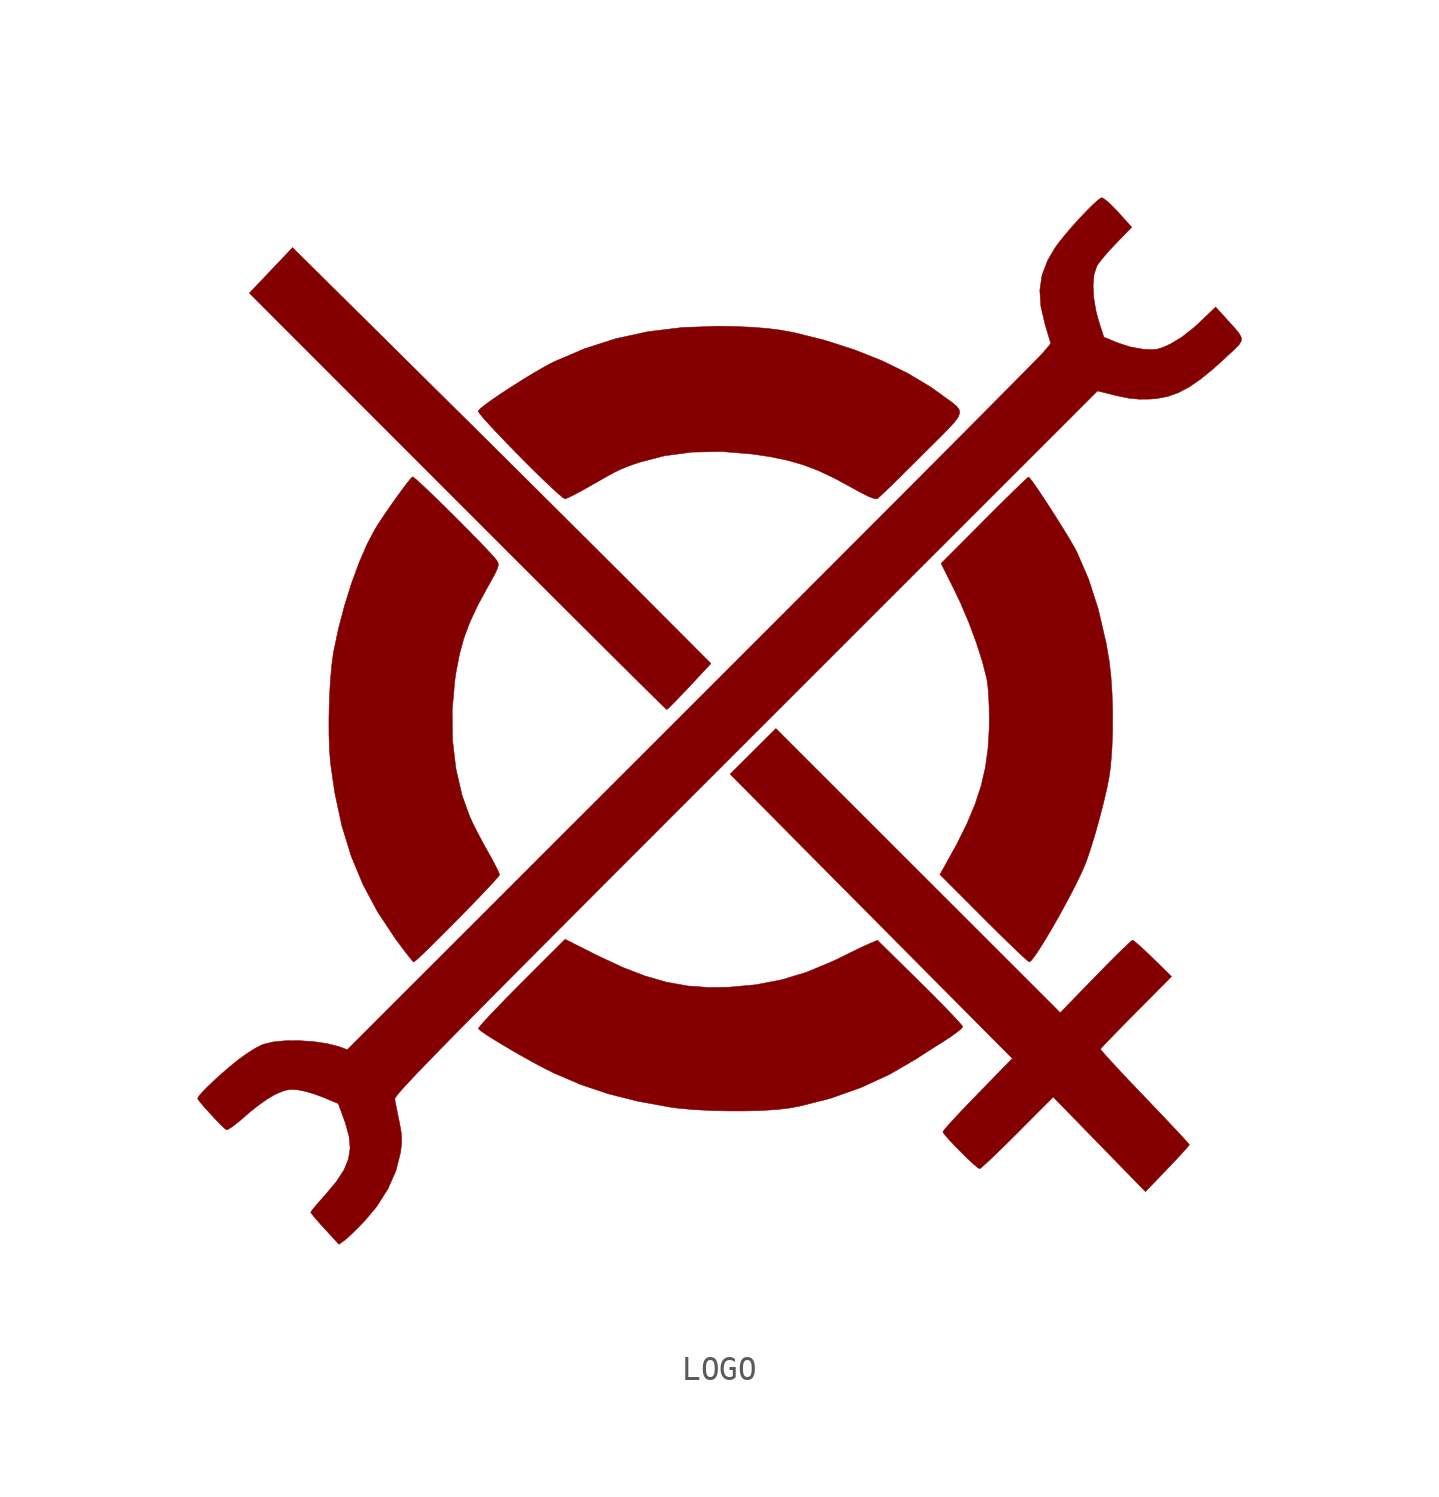
<source format=kicad_sym>
(kicad_symbol_lib
  (version 20210619)
  (generator bitmap2component)
  (symbol "LOGO"
    (pin_names
      (offset 1.016))
    (property "Reference" "#G"
      (at 0 24.765 0)
      (effects (font (size 1.27 1.27)) hide))
    (symbol "LOGO_0_0"
      (polyline (pts (xy -16.004 -22.184) (xy -15.898 -22.097) (xy -15.681 -21.896) (xy -15.411 -21.629) (xy -15.124 -21.331) (xy -14.635 -20.747) (xy -14.157 -19.997) (xy -13.813 -19.224) (xy -13.619 -18.457) (xy -13.577 -18.129) (xy -13.567 -17.822) (xy -13.598 -17.506) (xy -13.674 -17.102) (xy -13.698 -16.991) (xy -13.769 -16.642) (xy -13.827 -16.351) (xy -13.86 -16.171) (xy -13.858 -16.153) (xy -13.836 -16.106) (xy -13.786 -16.033) (xy -13.704 -15.93) (xy -13.586 -15.792) (xy -13.428 -15.616) (xy -13.225 -15.396) (xy -12.974 -15.13) (xy -12.67 -14.813) (xy -12.308 -14.439) (xy -11.886 -14.006) (xy -11.398 -13.508) (xy -10.84 -12.943) (xy -10.209 -12.304) (xy -9.5 -11.589) (xy -8.708 -10.792) (xy -7.83 -9.91) (xy -6.861 -8.938) (xy -5.798 -7.872) (xy -4.636 -6.707) (xy -3.37 -5.441) (xy -1.998 -4.067) (xy -0.513 -2.583) (xy 1.087 -0.983) (xy 16.068 13.994) (xy 16.843 13.802) (xy 16.901 13.788) (xy 17.401 13.685) (xy 17.843 13.642) (xy 18.313 13.647) (xy 18.609 13.673) (xy 19.071 13.762) (xy 19.519 13.922) (xy 19.978 14.165) (xy 20.47 14.505) (xy 21.017 14.953) (xy 21.644 15.524) (xy 21.909 15.772) (xy 22.101 15.969) (xy 22.196 16.128) (xy 22.191 16.283) (xy 22.085 16.467) (xy 21.876 16.715) (xy 21.561 17.06) (xy 21.101 17.567) (xy 20.428 16.924) (xy 20.171 16.689) (xy 19.659 16.286) (xy 19.191 16.003) (xy 19.157 15.986) (xy 18.852 15.847) (xy 18.616 15.774) (xy 18.375 15.753) (xy 18.056 15.768) (xy 17.991 15.774) (xy 17.448 15.873) (xy 16.911 16.049) (xy 16.338 16.287) (xy 16.119 16.97) (xy 16.004 17.395) (xy 15.908 17.964) (xy 15.881 18.498) (xy 15.923 18.958) (xy 16.036 19.304) (xy 16.12 19.432) (xy 16.314 19.679) (xy 16.572 19.975) (xy 16.861 20.283) (xy 17.526 20.966) (xy 16.959 21.596) (xy 16.797 21.769) (xy 16.557 22.004) (xy 16.365 22.165) (xy 16.251 22.225) (xy 16.229 22.22) (xy 16.092 22.125) (xy 15.877 21.932) (xy 15.608 21.664) (xy 15.308 21.347) (xy 14.999 21.006) (xy 14.706 20.664) (xy 14.45 20.348) (xy 14.255 20.081) (xy 13.946 19.553) (xy 13.708 18.93) (xy 13.613 18.288) (xy 13.656 17.599) (xy 13.834 16.833) (xy 14.079 16.013) (xy 13.734 15.605) (xy 13.729 15.6) (xy 13.626 15.491) (xy 13.408 15.268) (xy 13.082 14.937) (xy 12.652 14.502) (xy 12.124 13.97) (xy 11.504 13.345) (xy 10.796 12.633) (xy 10.006 11.839) (xy 9.139 10.969) (xy 8.201 10.027) (xy 7.196 9.019) (xy 6.13 7.951) (xy 5.009 6.828) (xy 3.837 5.654) (xy 2.62 4.436) (xy 1.364 3.179) (xy 0.072 1.887) (xy -1.248 0.567) (xy -15.884 -14.063) (xy -16.133 -13.967) (xy -16.254 -13.925) (xy -16.752 -13.8) (xy -17.329 -13.717) (xy -17.938 -13.677) (xy -18.529 -13.682) (xy -19.056 -13.734) (xy -19.468 -13.835) (xy -19.522 -13.856) (xy -19.792 -13.997) (xy -20.118 -14.199) (xy -20.442 -14.428) (xy -20.499 -14.472) (xy -20.84 -14.745) (xy -21.19 -15.045) (xy -21.526 -15.347) (xy -21.824 -15.631) (xy -22.06 -15.873) (xy -22.212 -16.053) (xy -22.257 -16.147) (xy -22.251 -16.159) (xy -22.158 -16.287) (xy -21.985 -16.492) (xy -21.763 -16.74) (xy -21.525 -16.997) (xy -21.302 -17.228) (xy -21.126 -17.399) (xy -21.029 -17.476) (xy -20.947 -17.45) (xy -20.762 -17.329) (xy -20.51 -17.133) (xy -20.219 -16.881) (xy -20.008 -16.699) (xy -19.638 -16.408) (xy -19.279 -16.157) (xy -18.987 -15.985) (xy -18.778 -15.887) (xy -18.516 -15.79) (xy -18.283 -15.756) (xy -18.008 -15.771) (xy -17.981 -15.774) (xy -17.667 -15.838) (xy -17.285 -15.95) (xy -16.912 -16.089) (xy -16.265 -16.36) (xy -15.999 -17.091) (xy -15.962 -17.196) (xy -15.808 -17.753) (xy -15.762 -18.252) (xy -15.832 -18.72) (xy -16.025 -19.187) (xy -16.349 -19.683) (xy -16.811 -20.235) (xy -17.03 -20.48) (xy -17.243 -20.728) (xy -17.388 -20.906) (xy -17.441 -20.987) (xy -17.411 -21.038) (xy -17.286 -21.193) (xy -17.088 -21.422) (xy -16.84 -21.697) (xy -16.239 -22.351) (xy -16.004 -22.184)) (stroke (width 0.01)) (fill (type outline)))
      (polyline (pts (xy 19.046 -19.135) (xy 19.248 -18.923) (xy 19.539 -18.613) (xy 19.771 -18.36) (xy 19.925 -18.185) (xy 19.981 -18.11) (xy 19.96 -18.081) (xy 19.838 -17.942) (xy 19.622 -17.706) (xy 19.324 -17.387) (xy 18.958 -17) (xy 18.538 -16.558) (xy 18.079 -16.078) (xy 17.795 -15.781) (xy 17.359 -15.323) (xy 16.973 -14.911) (xy 16.649 -14.562) (xy 16.403 -14.29) (xy 16.247 -14.11) (xy 16.195 -14.036) (xy 16.238 -13.983) (xy 16.386 -13.824) (xy 16.624 -13.575) (xy 16.936 -13.254) (xy 17.306 -12.877) (xy 17.718 -12.461) (xy 19.222 -10.947) (xy 18.432 -10.172) (xy 18.378 -10.119) (xy 18.082 -9.837) (xy 17.831 -9.608) (xy 17.65 -9.454) (xy 17.563 -9.398) (xy 17.504 -9.439) (xy 17.34 -9.588) (xy 17.088 -9.829) (xy 16.767 -10.146) (xy 16.393 -10.523) (xy 15.982 -10.943) (xy 14.481 -12.488) (xy 8.426 -6.436) (xy 2.371 -0.384) (xy 1.397 -1.355) (xy 0.422 -2.326) (xy 2.688 -4.613) (xy 2.951 -4.879) (xy 3.502 -5.435) (xy 4.141 -6.079) (xy 4.848 -6.792) (xy 5.602 -7.552) (xy 6.385 -8.34) (xy 7.175 -9.136) (xy 7.952 -9.918) (xy 8.697 -10.668) (xy 12.441 -14.436) (xy 10.962 -15.954) (xy 10.637 -16.289) (xy 10.264 -16.68) (xy 9.946 -17.021) (xy 9.699 -17.292) (xy 9.539 -17.478) (xy 9.483 -17.561) (xy 9.491 -17.584) (xy 9.587 -17.713) (xy 9.769 -17.919) (xy 10.007 -18.171) (xy 10.273 -18.441) (xy 10.538 -18.702) (xy 10.775 -18.923) (xy 10.955 -19.077) (xy 11.048 -19.135) (xy 11.11 -19.093) (xy 11.278 -18.945) (xy 11.534 -18.707) (xy 11.861 -18.393) (xy 12.242 -18.021) (xy 12.659 -17.606) (xy 14.182 -16.077) (xy 16.146 -18.093) (xy 18.111 -20.108) (xy 19.046 -19.135)) (stroke (width 0.01)) (fill (type outline)))
      (polyline (pts (xy 1.081 -16.671) (xy 1.809 -16.65) (xy 2.453 -16.608) (xy 2.97 -16.545) (xy 3.389 -16.467) (xy 4.697 -16.134) (xy 5.988 -15.677) (xy 7.218 -15.112) (xy 8.34 -14.458) (xy 8.48 -14.366) (xy 8.797 -14.162) (xy 9.17 -13.924) (xy 9.546 -13.686) (xy 9.809 -13.514) (xy 10.078 -13.322) (xy 10.262 -13.172) (xy 10.329 -13.086) (xy 10.322 -13.069) (xy 10.224 -12.947) (xy 10.025 -12.727) (xy 9.74 -12.427) (xy 9.383 -12.06) (xy 8.97 -11.643) (xy 8.514 -11.191) (xy 6.699 -9.402) (xy 6.376 -9.537) (xy 6.215 -9.609) (xy 5.918 -9.748) (xy 5.552 -9.925) (xy 5.165 -10.117) (xy 4.774 -10.306) (xy 3.683 -10.761) (xy 2.613 -11.086) (xy 1.516 -11.296) (xy 0.343 -11.403) (xy -0.46 -11.414) (xy -1.381 -11.348) (xy -2.287 -11.186) (xy -3.208 -10.921) (xy -4.178 -10.546) (xy -5.229 -10.053) (xy -6.606 -9.359) (xy -8.468 -11.219) (xy -8.687 -11.439) (xy -9.127 -11.885) (xy -9.517 -12.288) (xy -9.845 -12.633) (xy -10.094 -12.904) (xy -10.251 -13.086) (xy -10.302 -13.165) (xy -10.3 -13.167) (xy -10.207 -13.254) (xy -9.992 -13.405) (xy -9.678 -13.605) (xy -9.293 -13.841) (xy -8.86 -14.097) (xy -8.404 -14.357) (xy -7.951 -14.609) (xy -7.526 -14.835) (xy -7.154 -15.023) (xy -7.085 -15.056) (xy -5.954 -15.543) (xy -4.773 -15.941) (xy -3.506 -16.26) (xy -2.117 -16.512) (xy -1.841 -16.55) (xy -1.192 -16.61) (xy -0.461 -16.651) (xy 0.311 -16.671) (xy 1.081 -16.671)) (stroke (width 0.01)) (fill (type outline)))
      (polyline (pts (xy -13.043 -10.325) (xy -12.933 -10.236) (xy -12.729 -10.048) (xy -12.449 -9.779) (xy -12.111 -9.446) (xy -11.733 -9.069) (xy -11.332 -8.665) (xy -10.926 -8.252) (xy -10.534 -7.849) (xy -10.172 -7.473) (xy -9.861 -7.144) (xy -9.616 -6.879) (xy -9.455 -6.696) (xy -9.398 -6.614) (xy -9.398 -6.613) (xy -9.439 -6.495) (xy -9.55 -6.265) (xy -9.713 -5.955) (xy -9.912 -5.599) (xy -10.092 -5.278) (xy -10.323 -4.843) (xy -10.528 -4.437) (xy -10.675 -4.118) (xy -10.993 -3.233) (xy -11.258 -2.091) (xy -11.401 -0.875) (xy -11.416 0.388) (xy -11.302 1.672) (xy -11.249 2.025) (xy -11.104 2.782) (xy -10.914 3.473) (xy -10.663 4.145) (xy -10.335 4.848) (xy -9.912 5.629) (xy -9.783 5.857) (xy -9.607 6.179) (xy -9.501 6.401) (xy -9.454 6.55) (xy -9.456 6.655) (xy -9.496 6.745) (xy -9.579 6.852) (xy -9.764 7.06) (xy -10.028 7.342) (xy -10.355 7.681) (xy -10.725 8.059) (xy -11.12 8.458) (xy -11.524 8.86) (xy -11.917 9.247) (xy -12.283 9.601) (xy -12.602 9.906) (xy -12.858 10.142) (xy -13.031 10.291) (xy -13.106 10.337) (xy -13.19 10.251) (xy -13.353 10.048) (xy -13.57 9.76) (xy -13.819 9.417) (xy -14.079 9.048) (xy -14.329 8.684) (xy -14.548 8.353) (xy -14.714 8.086) (xy -15.037 7.472) (xy -15.38 6.68) (xy -15.707 5.789) (xy -16.005 4.834) (xy -16.263 3.852) (xy -16.467 2.879) (xy -16.477 2.825) (xy -16.549 2.279) (xy -16.606 1.615) (xy -16.645 0.88) (xy -16.664 0.12) (xy -16.664 -0.62) (xy -16.642 -1.293) (xy -16.598 -1.854) (xy -16.417 -3.115) (xy -16.117 -4.518) (xy -15.717 -5.817) (xy -15.21 -7.037) (xy -14.585 -8.202) (xy -13.834 -9.335) (xy -13.723 -9.486) (xy -13.475 -9.818) (xy -13.268 -10.086) (xy -13.122 -10.264) (xy -13.055 -10.329) (xy -13.043 -10.325)) (stroke (width 0.01)) (fill (type outline)))
      (polyline (pts (xy 13.253 -10.259) (xy 13.406 -10.06) (xy 13.61 -9.755) (xy 13.852 -9.366) (xy 14.12 -8.914) (xy 14.401 -8.423) (xy 14.681 -7.915) (xy 14.949 -7.412) (xy 15.191 -6.936) (xy 15.395 -6.511) (xy 15.547 -6.158) (xy 15.618 -5.972) (xy 15.791 -5.457) (xy 15.977 -4.847) (xy 16.16 -4.189) (xy 16.329 -3.534) (xy 16.47 -2.928) (xy 16.569 -2.422) (xy 16.63 -1.955) (xy 16.684 -1.257) (xy 16.711 -0.477) (xy 16.713 0.338) (xy 16.688 1.142) (xy 16.638 1.888) (xy 16.562 2.527) (xy 16.432 3.276) (xy 16.104 4.691) (xy 15.688 5.982) (xy 15.188 7.136) (xy 15.16 7.191) (xy 15.013 7.455) (xy 14.812 7.796) (xy 14.571 8.189) (xy 14.308 8.609) (xy 14.037 9.032) (xy 13.775 9.434) (xy 13.538 9.789) (xy 13.341 10.073) (xy 13.2 10.261) (xy 13.132 10.329) (xy 13.115 10.319) (xy 12.997 10.214) (xy 12.782 10.01) (xy 12.483 9.72) (xy 12.117 9.361) (xy 11.698 8.945) (xy 11.242 8.488) (xy 9.407 6.646) (xy 9.994 5.472) (xy 10.244 4.946) (xy 10.592 4.122) (xy 10.907 3.276) (xy 11.167 2.463) (xy 11.354 1.736) (xy 11.357 1.72) (xy 11.399 1.422) (xy 11.432 1.004) (xy 11.453 0.515) (xy 11.46 0) (xy 11.455 -0.409) (xy 11.403 -1.256) (xy 11.291 -2.054) (xy 11.11 -2.832) (xy 10.851 -3.619) (xy 10.504 -4.445) (xy 10.061 -5.338) (xy 9.513 -6.327) (xy 9.356 -6.601) (xy 11.218 -8.465) (xy 11.436 -8.683) (xy 11.883 -9.126) (xy 12.287 -9.52) (xy 12.632 -9.852) (xy 12.903 -10.107) (xy 13.086 -10.271) (xy 13.165 -10.328) (xy 13.253 -10.259)) (stroke (width 0.01)) (fill (type outline)))
      (polyline (pts (xy -2.246 0.446) (xy -2.114 0.57) (xy -1.9 0.786) (xy -1.626 1.071) (xy -1.311 1.404) (xy -0.396 2.385) (xy -3.563 5.558) (xy -3.895 5.89) (xy -4.512 6.506) (xy -5.224 7.216) (xy -6.016 8.005) (xy -6.871 8.856) (xy -7.775 9.755) (xy -8.711 10.685) (xy -9.665 11.632) (xy -10.62 12.58) (xy -11.562 13.512) (xy -12.473 14.415) (xy -18.215 20.099) (xy -19.134 19.13) (xy -20.053 18.161) (xy -11.191 9.292) (xy -11.052 9.153) (xy -10.036 8.136) (xy -9.053 7.154) (xy -8.11 6.212) (xy -7.213 5.317) (xy -6.37 4.476) (xy -5.587 3.696) (xy -4.871 2.983) (xy -4.228 2.343) (xy -3.665 1.784) (xy -3.188 1.312) (xy -2.804 0.933) (xy -2.52 0.654) (xy -2.342 0.482) (xy -2.278 0.423) (xy -2.246 0.446)) (stroke (width 0.01)) (fill (type outline)))
      (polyline (pts (xy -6.605 9.399) (xy -6.475 9.448) (xy -6.235 9.565) (xy -5.917 9.734) (xy -5.552 9.939) (xy -5.187 10.149) (xy -4.801 10.367) (xy -4.499 10.53) (xy -4.247 10.653) (xy -4.008 10.754) (xy -3.749 10.849) (xy -3.433 10.956) (xy -2.38 11.231) (xy -1.198 11.388) (xy 0.059 11.413) (xy 1.375 11.304) (xy 2.094 11.197) (xy 2.844 11.044) (xy 3.531 10.848) (xy 4.202 10.591) (xy 4.905 10.257) (xy 5.69 9.83) (xy 5.921 9.701) (xy 6.302 9.506) (xy 6.556 9.408) (xy 6.689 9.403) (xy 6.704 9.413) (xy 6.826 9.522) (xy 7.046 9.73) (xy 7.349 10.023) (xy 7.719 10.386) (xy 8.138 10.801) (xy 8.592 11.255) (xy 8.941 11.603) (xy 9.392 12.05) (xy 9.737 12.401) (xy 9.984 12.673) (xy 10.136 12.884) (xy 10.199 13.052) (xy 10.178 13.195) (xy 10.079 13.332) (xy 9.907 13.478) (xy 9.666 13.654) (xy 9.363 13.875) (xy 8.943 14.173) (xy 7.982 14.748) (xy 6.896 15.277) (xy 5.71 15.749) (xy 4.454 16.152) (xy 3.154 16.476) (xy 3.088 16.489) (xy 2.561 16.585) (xy 2.017 16.655) (xy 1.406 16.704) (xy 0.677 16.737) (xy -0.093 16.751) (xy -1.627 16.695) (xy -3.069 16.52) (xy -4.441 16.223) (xy -5.767 15.798) (xy -7.07 15.241) (xy -7.216 15.168) (xy -7.576 14.972) (xy -7.99 14.731) (xy -8.433 14.461) (xy -8.881 14.177) (xy -9.309 13.898) (xy -9.691 13.638) (xy -10.001 13.414) (xy -10.216 13.242) (xy -10.309 13.139) (xy -10.307 13.123) (xy -10.225 13.003) (xy -10.044 12.789) (xy -9.782 12.499) (xy -9.457 12.152) (xy -9.087 11.766) (xy -8.688 11.357) (xy -8.28 10.945) (xy -7.879 10.547) (xy -7.504 10.181) (xy -7.172 9.866) (xy -6.901 9.618) (xy -6.708 9.456) (xy -6.611 9.398) (xy -6.605 9.399)) (stroke (width 0.01)) (fill (type outline))))))
</source>
